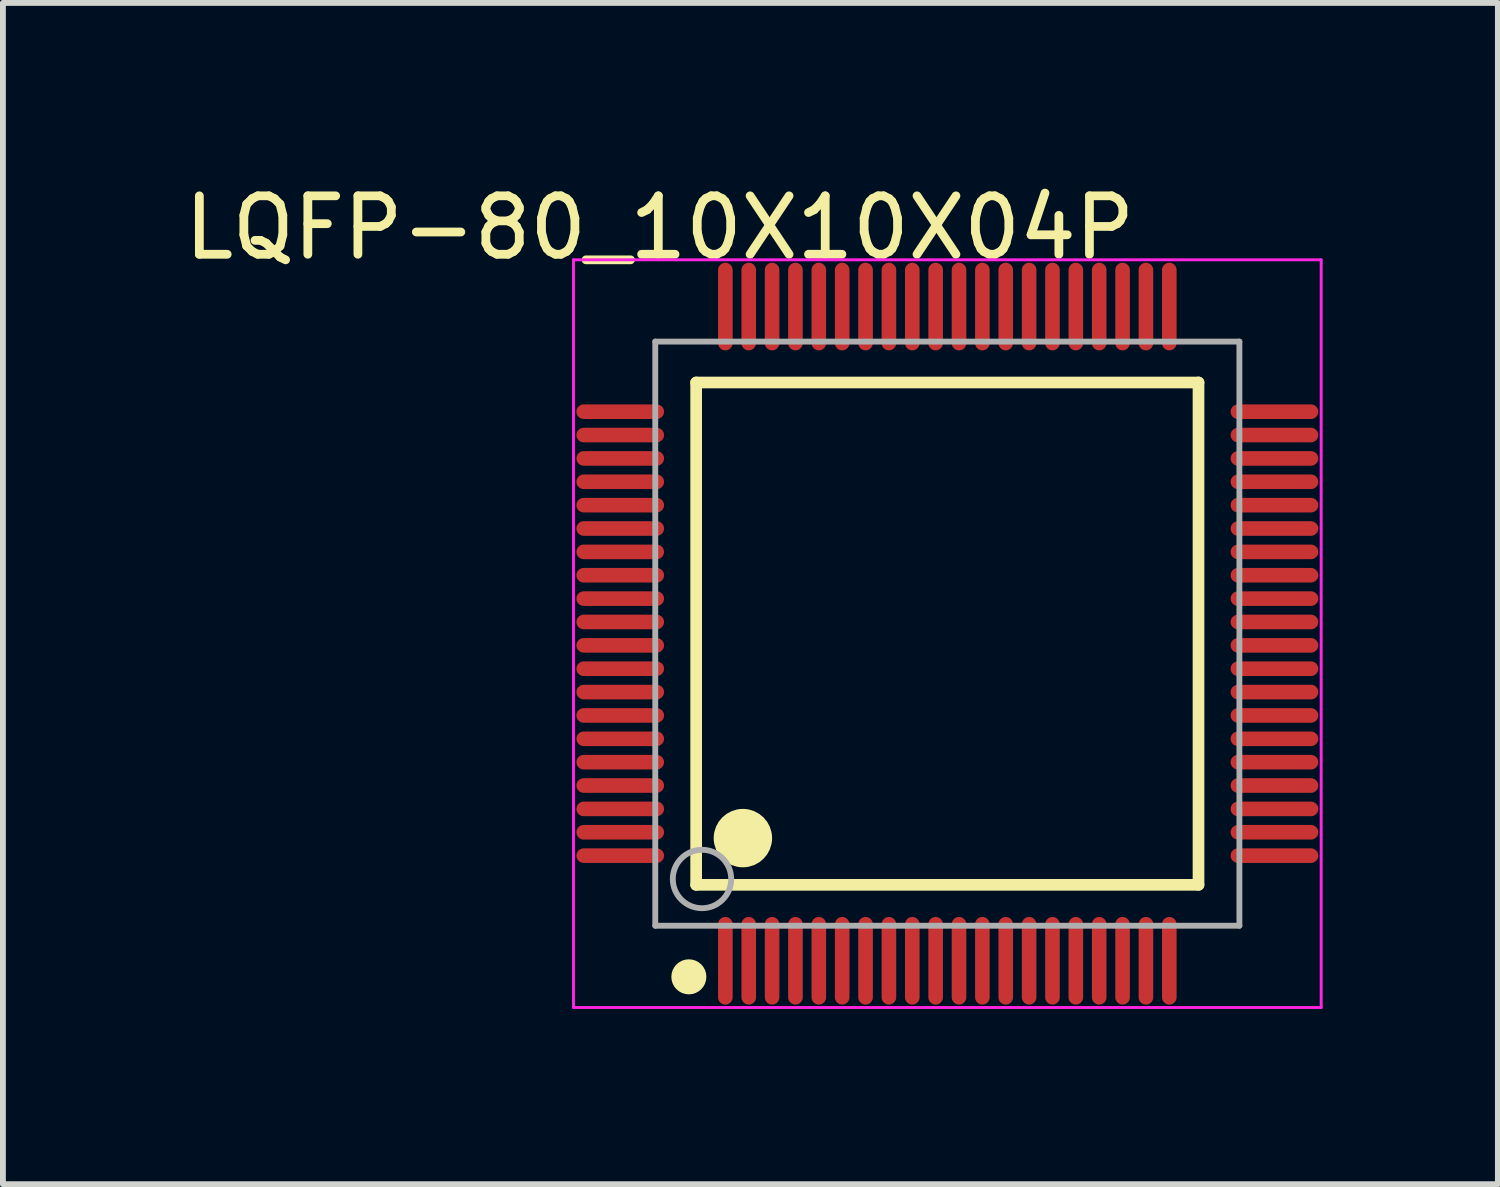
<source format=kicad_pcb>
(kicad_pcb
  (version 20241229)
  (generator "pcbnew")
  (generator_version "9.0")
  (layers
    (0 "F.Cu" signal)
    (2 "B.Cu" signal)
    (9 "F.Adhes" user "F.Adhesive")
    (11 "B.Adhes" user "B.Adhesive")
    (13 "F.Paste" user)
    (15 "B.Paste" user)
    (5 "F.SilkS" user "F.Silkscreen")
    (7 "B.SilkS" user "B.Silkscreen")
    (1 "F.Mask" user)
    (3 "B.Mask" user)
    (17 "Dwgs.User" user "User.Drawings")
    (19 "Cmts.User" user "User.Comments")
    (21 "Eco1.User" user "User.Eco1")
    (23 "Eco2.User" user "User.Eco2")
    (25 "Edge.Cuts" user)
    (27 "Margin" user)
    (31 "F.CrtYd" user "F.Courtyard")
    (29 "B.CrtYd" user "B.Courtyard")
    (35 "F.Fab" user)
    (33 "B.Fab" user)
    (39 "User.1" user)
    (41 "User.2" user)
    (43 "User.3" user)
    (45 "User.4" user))
  (footprint "LQFP-80_10X10X04P"
    (layer "F.Cu")
    (at 13.168 7.798)
    (property "Reference" "LQFP-80_10X10X04P" (at -4.924 -6.95 0) (layer "F.SilkS") (effects (font (size 1 1) (thickness 0.15))))
    (attr through_hole)
    (fp_line (start -4.3 -4.3) (end 4.3 -4.3) (stroke (width 0.2) (type solid)) (layer "F.SilkS"))
    (fp_line (start -4.3 4.3) (end -4.3 -4.3) (stroke (width 0.2) (type solid)) (layer "F.SilkS"))
    (fp_line (start -4.3 4.3) (end 4.3 4.3) (stroke (width 0.2) (type solid)) (layer "F.SilkS"))
    (fp_line (start 4.3 4.3) (end 4.3 -4.3) (stroke (width 0.2) (type solid)) (layer "F.SilkS"))
    (fp_circle (center -4.425 5.875) (end -4.275 5.875) (stroke (width 0.3) (type solid)) (fill no) (layer "F.SilkS"))
    (fp_circle (center -3.5 3.5) (end -3.25 3.5) (stroke (width 0.5) (type solid)) (fill no) (layer "F.SilkS"))
    (fp_line (start -6.4 -6.4) (end 6.4 -6.4) (stroke (width 0.05) (type solid)) (layer "F.CrtYd"))
    (fp_line (start -6.4 6.4) (end -6.4 -6.4) (stroke (width 0.05) (type solid)) (layer "F.CrtYd"))
    (fp_line (start 6.4 -6.4) (end 6.4 6.4) (stroke (width 0.05) (type solid)) (layer "F.CrtYd"))
    (fp_line (start 6.4 6.4) (end -6.4 6.4) (stroke (width 0.05) (type solid)) (layer "F.CrtYd"))
    (fp_line (start -5 -5) (end 5 -5) (stroke (width 0.1) (type solid)) (layer "F.Fab"))
    (fp_line (start -5 5) (end -5 -5) (stroke (width 0.1) (type solid)) (layer "F.Fab"))
    (fp_line (start -5 5) (end 5 5) (stroke (width 0.1) (type solid)) (layer "F.Fab"))
    (fp_line (start 5 5) (end 5 -5) (stroke (width 0.1) (type solid)) (layer "F.Fab"))
    (fp_circle (center -4.2 4.2) (end -3.7 4.2) (stroke (width 0.1) (type solid)) (fill no) (layer "F.Fab"))
    (pad "1" smd oval (at -3.8 5.6 180) (size 0.25 1.5) (layers "F.Cu" "F.Mask" "F.Paste"))
    (pad "2" smd oval (at -3.4 5.6 180) (size 0.25 1.5) (layers "F.Cu" "F.Mask" "F.Paste"))
    (pad "3" smd oval (at -3 5.6 180) (size 0.25 1.5) (layers "F.Cu" "F.Mask" "F.Paste"))
    (pad "4" smd oval (at -2.6 5.6 180) (size 0.25 1.5) (layers "F.Cu" "F.Mask" "F.Paste"))
    (pad "5" smd oval (at -2.2 5.6 180) (size 0.25 1.5) (layers "F.Cu" "F.Mask" "F.Paste"))
    (pad "6" smd oval (at -1.8 5.6 180) (size 0.25 1.5) (layers "F.Cu" "F.Mask" "F.Paste"))
    (pad "7" smd oval (at -1.4 5.6 180) (size 0.25 1.5) (layers "F.Cu" "F.Mask" "F.Paste"))
    (pad "8" smd oval (at -1 5.6 180) (size 0.25 1.5) (layers "F.Cu" "F.Mask" "F.Paste"))
    (pad "9" smd oval (at -0.6 5.6 180) (size 0.25 1.5) (layers "F.Cu" "F.Mask" "F.Paste"))
    (pad "10" smd oval (at -0.2 5.6 180) (size 0.25 1.5) (layers "F.Cu" "F.Mask" "F.Paste"))
    (pad "11" smd oval (at 0.2 5.6 180) (size 0.25 1.5) (layers "F.Cu" "F.Mask" "F.Paste"))
    (pad "12" smd oval (at 0.6 5.6 180) (size 0.25 1.5) (layers "F.Cu" "F.Mask" "F.Paste"))
    (pad "13" smd oval (at 1 5.6 180) (size 0.25 1.5) (layers "F.Cu" "F.Mask" "F.Paste"))
    (pad "14" smd oval (at 1.4 5.6 180) (size 0.25 1.5) (layers "F.Cu" "F.Mask" "F.Paste"))
    (pad "15" smd oval (at 1.8 5.6 180) (size 0.25 1.5) (layers "F.Cu" "F.Mask" "F.Paste"))
    (pad "16" smd oval (at 2.2 5.6 180) (size 0.25 1.5) (layers "F.Cu" "F.Mask" "F.Paste"))
    (pad "17" smd oval (at 2.6 5.6 180) (size 0.25 1.5) (layers "F.Cu" "F.Mask" "F.Paste"))
    (pad "18" smd oval (at 3 5.6 180) (size 0.25 1.5) (layers "F.Cu" "F.Mask" "F.Paste"))
    (pad "19" smd oval (at 3.4 5.6 180) (size 0.25 1.5) (layers "F.Cu" "F.Mask" "F.Paste"))
    (pad "20" smd oval (at 3.8 5.6 180) (size 0.25 1.5) (layers "F.Cu" "F.Mask" "F.Paste"))
    (pad "21" smd oval (at 5.6 3.8 270) (size 0.25 1.5) (layers "F.Cu" "F.Mask" "F.Paste"))
    (pad "22" smd oval (at 5.6 3.4 270) (size 0.25 1.5) (layers "F.Cu" "F.Mask" "F.Paste"))
    (pad "23" smd oval (at 5.6 3 270) (size 0.25 1.5) (layers "F.Cu" "F.Mask" "F.Paste"))
    (pad "24" smd oval (at 5.6 2.6 270) (size 0.25 1.5) (layers "F.Cu" "F.Mask" "F.Paste"))
    (pad "25" smd oval (at 5.6 2.2 270) (size 0.25 1.5) (layers "F.Cu" "F.Mask" "F.Paste"))
    (pad "26" smd oval (at 5.6 1.8 270) (size 0.25 1.5) (layers "F.Cu" "F.Mask" "F.Paste"))
    (pad "27" smd oval (at 5.6 1.4 270) (size 0.25 1.5) (layers "F.Cu" "F.Mask" "F.Paste"))
    (pad "28" smd oval (at 5.6 1 270) (size 0.25 1.5) (layers "F.Cu" "F.Mask" "F.Paste"))
    (pad "29" smd oval (at 5.6 0.6 270) (size 0.25 1.5) (layers "F.Cu" "F.Mask" "F.Paste"))
    (pad "30" smd oval (at 5.6 0.2 270) (size 0.25 1.5) (layers "F.Cu" "F.Mask" "F.Paste"))
    (pad "31" smd oval (at 5.6 -0.2 270) (size 0.25 1.5) (layers "F.Cu" "F.Mask" "F.Paste"))
    (pad "32" smd oval (at 5.6 -0.6 270) (size 0.25 1.5) (layers "F.Cu" "F.Mask" "F.Paste"))
    (pad "33" smd oval (at 5.6 -1 270) (size 0.25 1.5) (layers "F.Cu" "F.Mask" "F.Paste"))
    (pad "34" smd oval (at 5.6 -1.4 270) (size 0.25 1.5) (layers "F.Cu" "F.Mask" "F.Paste"))
    (pad "35" smd oval (at 5.6 -1.8 270) (size 0.25 1.5) (layers "F.Cu" "F.Mask" "F.Paste"))
    (pad "36" smd oval (at 5.6 -2.2 270) (size 0.25 1.5) (layers "F.Cu" "F.Mask" "F.Paste"))
    (pad "37" smd oval (at 5.6 -2.6 270) (size 0.25 1.5) (layers "F.Cu" "F.Mask" "F.Paste"))
    (pad "38" smd oval (at 5.6 -3 270) (size 0.25 1.5) (layers "F.Cu" "F.Mask" "F.Paste"))
    (pad "39" smd oval (at 5.6 -3.4 270) (size 0.25 1.5) (layers "F.Cu" "F.Mask" "F.Paste"))
    (pad "40" smd oval (at 5.6 -3.8 270) (size 0.25 1.5) (layers "F.Cu" "F.Mask" "F.Paste"))
    (pad "41" smd oval (at 3.8 -5.6) (size 0.25 1.5) (layers "F.Cu" "F.Mask" "F.Paste"))
    (pad "42" smd oval (at 3.4 -5.6) (size 0.25 1.5) (layers "F.Cu" "F.Mask" "F.Paste"))
    (pad "43" smd oval (at 3 -5.6) (size 0.25 1.5) (layers "F.Cu" "F.Mask" "F.Paste"))
    (pad "44" smd oval (at 2.6 -5.6) (size 0.25 1.5) (layers "F.Cu" "F.Mask" "F.Paste"))
    (pad "45" smd oval (at 2.2 -5.6) (size 0.25 1.5) (layers "F.Cu" "F.Mask" "F.Paste"))
    (pad "46" smd oval (at 1.8 -5.6) (size 0.25 1.5) (layers "F.Cu" "F.Mask" "F.Paste"))
    (pad "47" smd oval (at 1.4 -5.6) (size 0.25 1.5) (layers "F.Cu" "F.Mask" "F.Paste"))
    (pad "48" smd oval (at 1 -5.6) (size 0.25 1.5) (layers "F.Cu" "F.Mask" "F.Paste"))
    (pad "49" smd oval (at 0.6 -5.6) (size 0.25 1.5) (layers "F.Cu" "F.Mask" "F.Paste"))
    (pad "50" smd oval (at 0.2 -5.6) (size 0.25 1.5) (layers "F.Cu" "F.Mask" "F.Paste"))
    (pad "51" smd oval (at -0.2 -5.6) (size 0.25 1.5) (layers "F.Cu" "F.Mask" "F.Paste"))
    (pad "52" smd oval (at -0.6 -5.6) (size 0.25 1.5) (layers "F.Cu" "F.Mask" "F.Paste"))
    (pad "53" smd oval (at -1 -5.6) (size 0.25 1.5) (layers "F.Cu" "F.Mask" "F.Paste"))
    (pad "54" smd oval (at -1.4 -5.6) (size 0.25 1.5) (layers "F.Cu" "F.Mask" "F.Paste"))
    (pad "55" smd oval (at -1.8 -5.6) (size 0.25 1.5) (layers "F.Cu" "F.Mask" "F.Paste"))
    (pad "56" smd oval (at -2.2 -5.6) (size 0.25 1.5) (layers "F.Cu" "F.Mask" "F.Paste"))
    (pad "57" smd oval (at -2.6 -5.6) (size 0.25 1.5) (layers "F.Cu" "F.Mask" "F.Paste"))
    (pad "58" smd oval (at -3 -5.6) (size 0.25 1.5) (layers "F.Cu" "F.Mask" "F.Paste"))
    (pad "59" smd oval (at -3.4 -5.6) (size 0.25 1.5) (layers "F.Cu" "F.Mask" "F.Paste"))
    (pad "60" smd oval (at -3.8 -5.6) (size 0.25 1.5) (layers "F.Cu" "F.Mask" "F.Paste"))
    (pad "61" smd oval (at -5.6 -3.8 90) (size 0.25 1.5) (layers "F.Cu" "F.Mask" "F.Paste"))
    (pad "62" smd oval (at -5.6 -3.4 90) (size 0.25 1.5) (layers "F.Cu" "F.Mask" "F.Paste"))
    (pad "63" smd oval (at -5.6 -3 90) (size 0.25 1.5) (layers "F.Cu" "F.Mask" "F.Paste"))
    (pad "64" smd oval (at -5.6 -2.6 90) (size 0.25 1.5) (layers "F.Cu" "F.Mask" "F.Paste"))
    (pad "65" smd oval (at -5.6 -2.2 90) (size 0.25 1.5) (layers "F.Cu" "F.Mask" "F.Paste"))
    (pad "66" smd oval (at -5.6 -1.8 90) (size 0.25 1.5) (layers "F.Cu" "F.Mask" "F.Paste"))
    (pad "67" smd oval (at -5.6 -1.4 90) (size 0.25 1.5) (layers "F.Cu" "F.Mask" "F.Paste"))
    (pad "68" smd oval (at -5.6 -1 90) (size 0.25 1.5) (layers "F.Cu" "F.Mask" "F.Paste"))
    (pad "69" smd oval (at -5.6 -0.6 90) (size 0.25 1.5) (layers "F.Cu" "F.Mask" "F.Paste"))
    (pad "70" smd oval (at -5.6 -0.2 90) (size 0.25 1.5) (layers "F.Cu" "F.Mask" "F.Paste"))
    (pad "71" smd oval (at -5.6 0.2 90) (size 0.25 1.5) (layers "F.Cu" "F.Mask" "F.Paste"))
    (pad "72" smd oval (at -5.6 0.6 90) (size 0.25 1.5) (layers "F.Cu" "F.Mask" "F.Paste"))
    (pad "73" smd oval (at -5.6 1 90) (size 0.25 1.5) (layers "F.Cu" "F.Mask" "F.Paste"))
    (pad "74" smd oval (at -5.6 1.4 90) (size 0.25 1.5) (layers "F.Cu" "F.Mask" "F.Paste"))
    (pad "75" smd oval (at -5.6 1.8 90) (size 0.25 1.5) (layers "F.Cu" "F.Mask" "F.Paste"))
    (pad "76" smd oval (at -5.6 2.2 90) (size 0.25 1.5) (layers "F.Cu" "F.Mask" "F.Paste"))
    (pad "77" smd oval (at -5.6 2.6 90) (size 0.25 1.5) (layers "F.Cu" "F.Mask" "F.Paste"))
    (pad "78" smd oval (at -5.6 3 90) (size 0.25 1.5) (layers "F.Cu" "F.Mask" "F.Paste"))
    (pad "79" smd oval (at -5.6 3.4 90) (size 0.25 1.5) (layers "F.Cu" "F.Mask" "F.Paste"))
    (pad "80" smd oval (at -5.6 3.8 90) (size 0.25 1.5) (layers "F.Cu" "F.Mask" "F.Paste")))
  (gr_rect
    (start -3 -3)
    (end 22.593 17.223)
    (stroke (width 0.1) (type default))
    (fill no)
    (layer "Edge.Cuts")))
</source>
